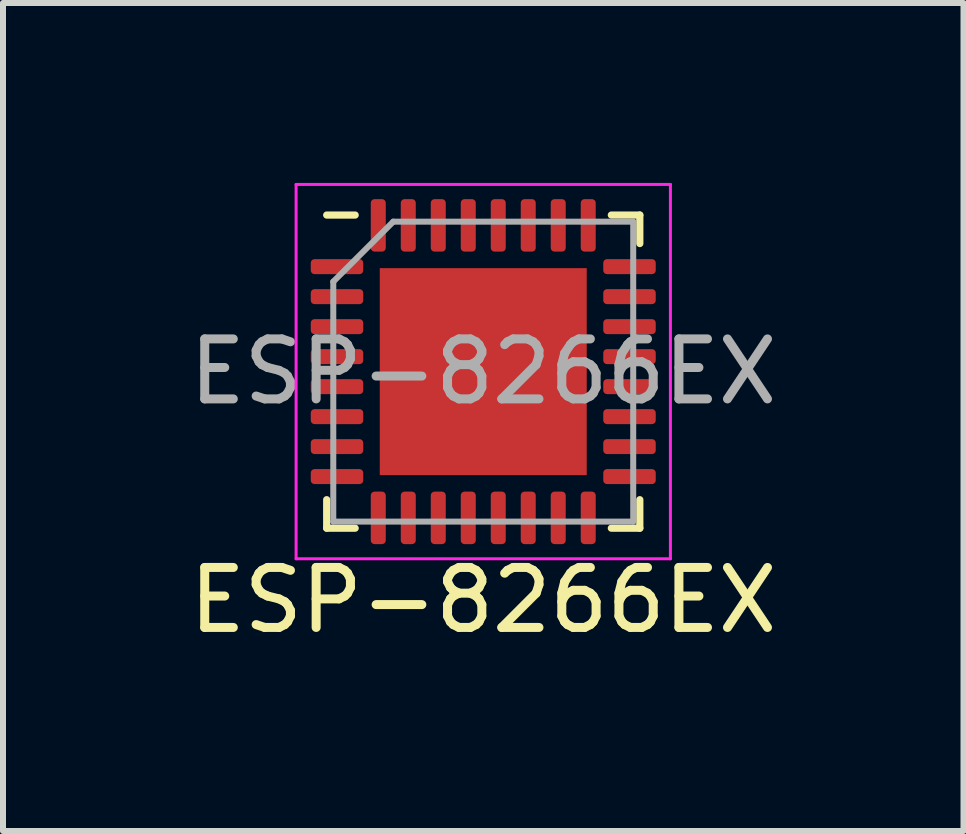
<source format=kicad_pcb>
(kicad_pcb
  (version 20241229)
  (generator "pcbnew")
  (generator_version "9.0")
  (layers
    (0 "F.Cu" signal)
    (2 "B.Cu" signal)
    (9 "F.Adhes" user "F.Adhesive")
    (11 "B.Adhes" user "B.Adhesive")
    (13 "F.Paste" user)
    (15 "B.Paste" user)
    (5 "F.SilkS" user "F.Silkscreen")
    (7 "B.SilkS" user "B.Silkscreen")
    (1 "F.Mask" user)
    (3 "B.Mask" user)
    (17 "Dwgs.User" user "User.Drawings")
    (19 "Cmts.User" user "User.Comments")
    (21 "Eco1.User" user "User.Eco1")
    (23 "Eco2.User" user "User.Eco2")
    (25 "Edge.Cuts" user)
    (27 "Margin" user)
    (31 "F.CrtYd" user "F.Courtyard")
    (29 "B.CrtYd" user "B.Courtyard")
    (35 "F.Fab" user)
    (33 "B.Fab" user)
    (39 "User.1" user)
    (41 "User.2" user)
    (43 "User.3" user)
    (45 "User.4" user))
  (footprint "ESP-8266EX"
    (layer "F.Cu")
    (at 5.006 3.145)
    (property "Reference" "ESP-8266EX" (at 0 3.81 0) (layer "F.SilkS") (effects (font (size 1 1) (thickness 0.15))))
    (attr smd)
    (fp_line (start -2.61 2.61) (end -2.61 2.135) (stroke (width 0.12) (type solid)) (layer "F.SilkS"))
    (fp_line (start -2.135 -2.61) (end -2.61 -2.61) (stroke (width 0.12) (type solid)) (layer "F.SilkS"))
    (fp_line (start -2.135 2.61) (end -2.61 2.61) (stroke (width 0.12) (type solid)) (layer "F.SilkS"))
    (fp_line (start 2.135 -2.61) (end 2.61 -2.61) (stroke (width 0.12) (type solid)) (layer "F.SilkS"))
    (fp_line (start 2.135 2.61) (end 2.61 2.61) (stroke (width 0.12) (type solid)) (layer "F.SilkS"))
    (fp_line (start 2.61 -2.61) (end 2.61 -2.135) (stroke (width 0.12) (type solid)) (layer "F.SilkS"))
    (fp_line (start 2.61 2.61) (end 2.61 2.135) (stroke (width 0.12) (type solid)) (layer "F.SilkS"))
    (fp_line (start -3.12 -3.12) (end -3.12 3.12) (stroke (width 0.05) (type solid)) (layer "F.CrtYd"))
    (fp_line (start -3.12 3.12) (end 3.12 3.12) (stroke (width 0.05) (type solid)) (layer "F.CrtYd"))
    (fp_line (start 3.12 -3.12) (end -3.12 -3.12) (stroke (width 0.05) (type solid)) (layer "F.CrtYd"))
    (fp_line (start 3.12 3.12) (end 3.12 -3.12) (stroke (width 0.05) (type solid)) (layer "F.CrtYd"))
    (fp_line (start -2.5 -1.5) (end -1.5 -2.5) (stroke (width 0.1) (type solid)) (layer "F.Fab"))
    (fp_line (start -2.5 2.5) (end -2.5 -1.5) (stroke (width 0.1) (type solid)) (layer "F.Fab"))
    (fp_line (start -1.5 -2.5) (end 2.5 -2.5) (stroke (width 0.1) (type solid)) (layer "F.Fab"))
    (fp_line (start 2.5 -2.5) (end 2.5 2.5) (stroke (width 0.1) (type solid)) (layer "F.Fab"))
    (fp_line (start 2.5 2.5) (end -2.5 2.5) (stroke (width 0.1) (type solid)) (layer "F.Fab"))
    (fp_text user "${REFERENCE}" (at 0 0 0) (layer "F.Fab") (effects (font (size 1 1) (thickness 0.15))))
    (pad "" smd roundrect (at -1.15 -1.15) (size 0.93 0.93) (layers "F.Paste") (roundrect_rratio 0.25))
    (pad "" smd roundrect (at -1.15 0) (size 0.93 0.93) (layers "F.Paste") (roundrect_rratio 0.25))
    (pad "" smd roundrect (at -1.15 1.15) (size 0.93 0.93) (layers "F.Paste") (roundrect_rratio 0.25))
    (pad "" smd roundrect (at 0 -1.15) (size 0.93 0.93) (layers "F.Paste") (roundrect_rratio 0.25))
    (pad "" smd roundrect (at 0 0) (size 0.93 0.93) (layers "F.Paste") (roundrect_rratio 0.25))
    (pad "" smd roundrect (at 0 1.15) (size 0.93 0.93) (layers "F.Paste") (roundrect_rratio 0.25))
    (pad "" smd roundrect (at 1.15 -1.15) (size 0.93 0.93) (layers "F.Paste") (roundrect_rratio 0.25))
    (pad "" smd roundrect (at 1.15 0) (size 0.93 0.93) (layers "F.Paste") (roundrect_rratio 0.25))
    (pad "" smd roundrect (at 1.15 1.15) (size 0.93 0.93) (layers "F.Paste") (roundrect_rratio 0.25))
    (pad "1" smd roundrect (at -2.438 -1.75) (size 0.875 0.25) (layers "F.Cu" "F.Mask" "F.Paste") (roundrect_rratio 0.25))
    (pad "2" smd roundrect (at -2.438 -1.25) (size 0.875 0.25) (layers "F.Cu" "F.Mask" "F.Paste") (roundrect_rratio 0.25))
    (pad "3" smd roundrect (at -2.438 -0.75) (size 0.875 0.25) (layers "F.Cu" "F.Mask" "F.Paste") (roundrect_rratio 0.25))
    (pad "4" smd roundrect (at -2.438 -0.25) (size 0.875 0.25) (layers "F.Cu" "F.Mask" "F.Paste") (roundrect_rratio 0.25))
    (pad "5" smd roundrect (at -2.438 0.25) (size 0.875 0.25) (layers "F.Cu" "F.Mask" "F.Paste") (roundrect_rratio 0.25))
    (pad "6" smd roundrect (at -2.438 0.75) (size 0.875 0.25) (layers "F.Cu" "F.Mask" "F.Paste") (roundrect_rratio 0.25))
    (pad "7" smd roundrect (at -2.438 1.25) (size 0.875 0.25) (layers "F.Cu" "F.Mask" "F.Paste") (roundrect_rratio 0.25))
    (pad "8" smd roundrect (at -2.438 1.75) (size 0.875 0.25) (layers "F.Cu" "F.Mask" "F.Paste") (roundrect_rratio 0.25))
    (pad "9" smd roundrect (at -1.75 2.438) (size 0.25 0.875) (layers "F.Cu" "F.Mask" "F.Paste") (roundrect_rratio 0.25))
    (pad "10" smd roundrect (at -1.25 2.438) (size 0.25 0.875) (layers "F.Cu" "F.Mask" "F.Paste") (roundrect_rratio 0.25))
    (pad "11" smd roundrect (at -0.75 2.438) (size 0.25 0.875) (layers "F.Cu" "F.Mask" "F.Paste") (roundrect_rratio 0.25))
    (pad "12" smd roundrect (at -0.25 2.438) (size 0.25 0.875) (layers "F.Cu" "F.Mask" "F.Paste") (roundrect_rratio 0.25))
    (pad "13" smd roundrect (at 0.25 2.438) (size 0.25 0.875) (layers "F.Cu" "F.Mask" "F.Paste") (roundrect_rratio 0.25))
    (pad "14" smd roundrect (at 0.75 2.438) (size 0.25 0.875) (layers "F.Cu" "F.Mask" "F.Paste") (roundrect_rratio 0.25))
    (pad "15" smd roundrect (at 1.25 2.438) (size 0.25 0.875) (layers "F.Cu" "F.Mask" "F.Paste") (roundrect_rratio 0.25))
    (pad "16" smd roundrect (at 1.75 2.438) (size 0.25 0.875) (layers "F.Cu" "F.Mask" "F.Paste") (roundrect_rratio 0.25))
    (pad "17" smd roundrect (at 2.438 1.75) (size 0.875 0.25) (layers "F.Cu" "F.Mask" "F.Paste") (roundrect_rratio 0.25))
    (pad "18" smd roundrect (at 2.438 1.25) (size 0.875 0.25) (layers "F.Cu" "F.Mask" "F.Paste") (roundrect_rratio 0.25))
    (pad "19" smd roundrect (at 2.438 0.75) (size 0.875 0.25) (layers "F.Cu" "F.Mask" "F.Paste") (roundrect_rratio 0.25))
    (pad "20" smd roundrect (at 2.438 0.25) (size 0.875 0.25) (layers "F.Cu" "F.Mask" "F.Paste") (roundrect_rratio 0.25))
    (pad "21" smd roundrect (at 2.438 -0.25) (size 0.875 0.25) (layers "F.Cu" "F.Mask" "F.Paste") (roundrect_rratio 0.25))
    (pad "22" smd roundrect (at 2.438 -0.75) (size 0.875 0.25) (layers "F.Cu" "F.Mask" "F.Paste") (roundrect_rratio 0.25))
    (pad "23" smd roundrect (at 2.438 -1.25) (size 0.875 0.25) (layers "F.Cu" "F.Mask" "F.Paste") (roundrect_rratio 0.25))
    (pad "24" smd roundrect (at 2.438 -1.75) (size 0.875 0.25) (layers "F.Cu" "F.Mask" "F.Paste") (roundrect_rratio 0.25))
    (pad "25" smd roundrect (at 1.75 -2.438) (size 0.25 0.875) (layers "F.Cu" "F.Mask" "F.Paste") (roundrect_rratio 0.25))
    (pad "26" smd roundrect (at 1.25 -2.438) (size 0.25 0.875) (layers "F.Cu" "F.Mask" "F.Paste") (roundrect_rratio 0.25))
    (pad "27" smd roundrect (at 0.75 -2.438) (size 0.25 0.875) (layers "F.Cu" "F.Mask" "F.Paste") (roundrect_rratio 0.25))
    (pad "28" smd roundrect (at 0.25 -2.438) (size 0.25 0.875) (layers "F.Cu" "F.Mask" "F.Paste") (roundrect_rratio 0.25))
    (pad "29" smd roundrect (at -0.25 -2.438) (size 0.25 0.875) (layers "F.Cu" "F.Mask" "F.Paste") (roundrect_rratio 0.25))
    (pad "30" smd roundrect (at -0.75 -2.438) (size 0.25 0.875) (layers "F.Cu" "F.Mask" "F.Paste") (roundrect_rratio 0.25))
    (pad "31" smd roundrect (at -1.25 -2.438) (size 0.25 0.875) (layers "F.Cu" "F.Mask" "F.Paste") (roundrect_rratio 0.25))
    (pad "32" smd roundrect (at -1.75 -2.438) (size 0.25 0.875) (layers "F.Cu" "F.Mask" "F.Paste") (roundrect_rratio 0.25))
    (pad "33" smd rect (at 0 0) (size 3.45 3.45) (layers "F.Cu" "F.Mask")))
  (gr_rect
    (start -3 -3)
    (end 13.012 10.803)
    (stroke (width 0.1) (type default))
    (fill no)
    (layer "Edge.Cuts")))
</source>
